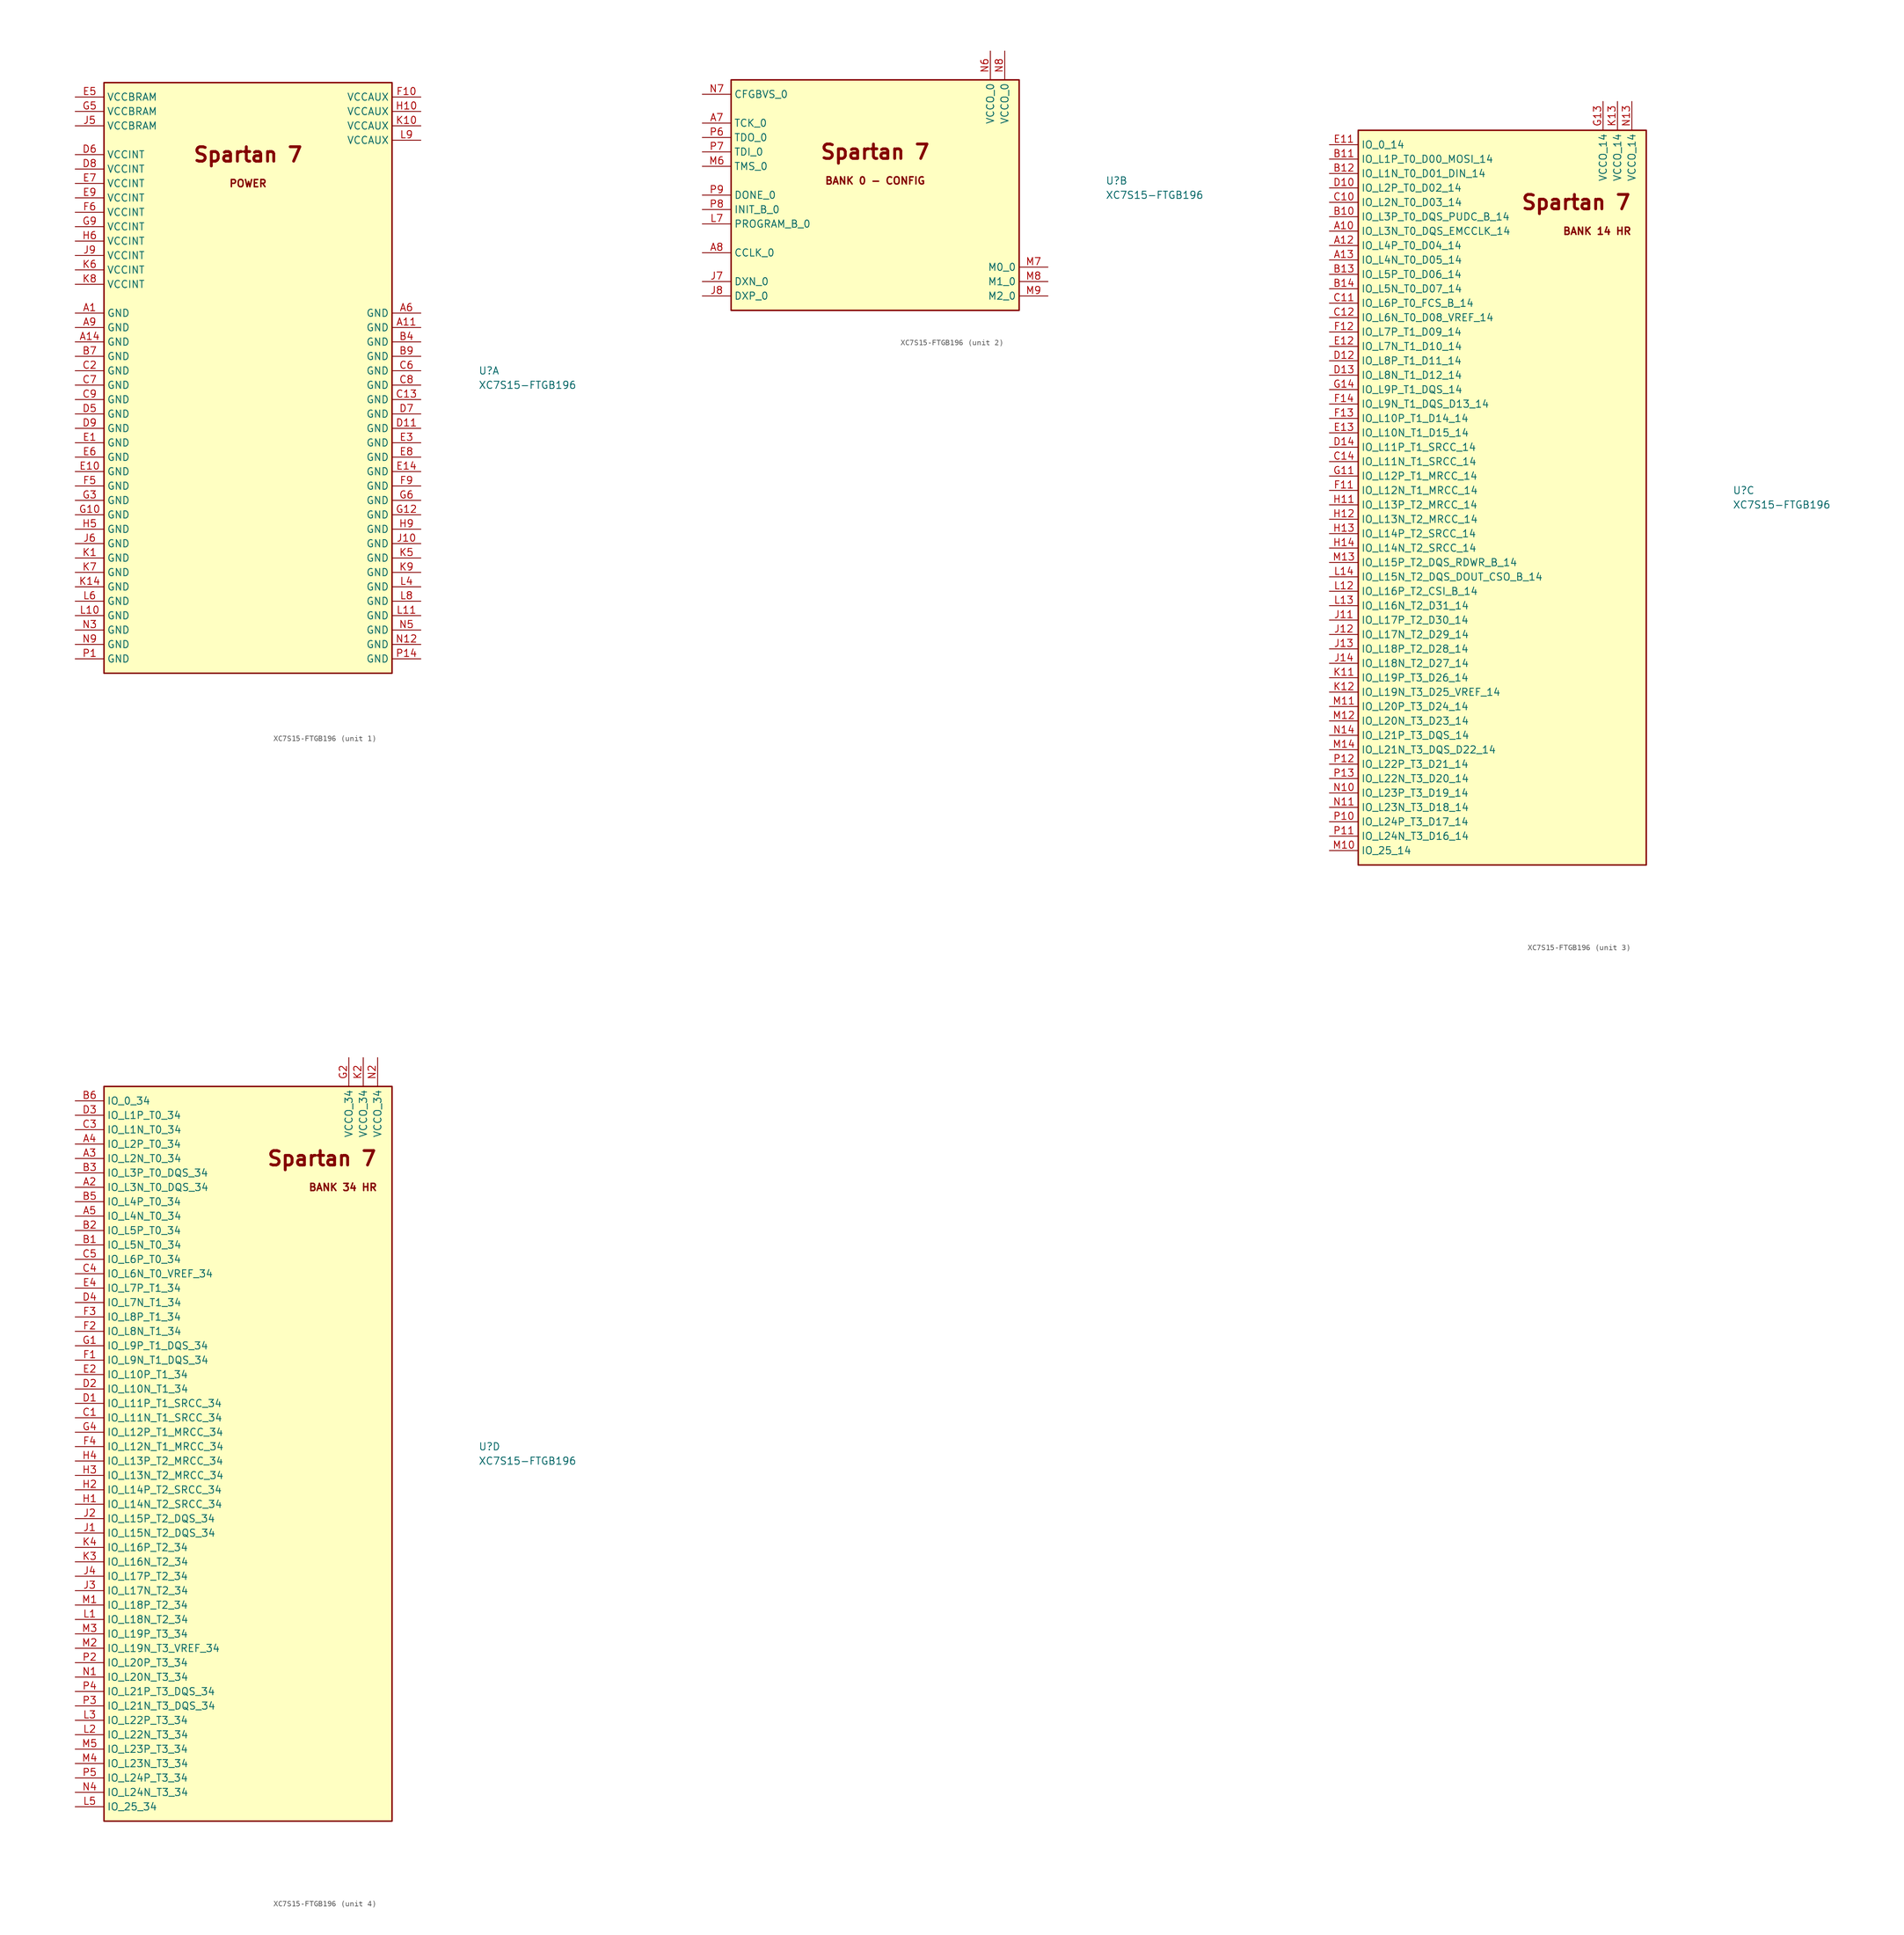
<source format=kicad_sym>
(kicad_symbol_lib
  (version 20201005)
  (generator kicad_symbol_editor)
  (symbol "KLIB_FPGA_Xilinx_Spartan7:XC7S15-FTGB196"
    (property "Reference" "U"
      (at 40.64 2.54 0)
      (effects (font (size 1.27 1.27)) (justify left)))
    (property "Value" "XC7S15-FTGB196"
      (at 40.64 0 0)
      (effects (font (size 1.27 1.27)) (justify left)))
    (property "ki_locked" ""
      (at 0 0 0)
      (effects (font (size 1.27 1.27))))
    (symbol "XC7S15-FTGB196_1_0"
      (text "POWER" (at 0 35.56 0) (effects (font (size 1.27 1.27) bold)))
      (text "Spartan 7" (at 0 40.64 0) (effects (font (size 2.54 2.54) bold)))
      (rectangle (start -25.4 53.34) (end 25.4 -50.8) (stroke (width 0.254)) (fill (type background)))
      (pin power_in line (at -30.48 12.7 0) (length 5.08) (name "GND" (effects (font (size 1.27 1.27)))) (number "A1" (effects (font (size 1.27 1.27)))))
      (pin power_in line (at 30.48 10.16 180) (length 5.08) (name "GND" (effects (font (size 1.27 1.27)))) (number "A11" (effects (font (size 1.27 1.27)))))
      (pin power_in line (at -30.48 7.62 0) (length 5.08) (name "GND" (effects (font (size 1.27 1.27)))) (number "A14" (effects (font (size 1.27 1.27)))))
      (pin power_in line (at 30.48 12.7 180) (length 5.08) (name "GND" (effects (font (size 1.27 1.27)))) (number "A6" (effects (font (size 1.27 1.27)))))
      (pin power_in line (at -30.48 10.16 0) (length 5.08) (name "GND" (effects (font (size 1.27 1.27)))) (number "A9" (effects (font (size 1.27 1.27)))))
      (pin power_in line (at 30.48 7.62 180) (length 5.08) (name "GND" (effects (font (size 1.27 1.27)))) (number "B4" (effects (font (size 1.27 1.27)))))
      (pin power_in line (at -30.48 5.08 0) (length 5.08) (name "GND" (effects (font (size 1.27 1.27)))) (number "B7" (effects (font (size 1.27 1.27)))))
      (pin unconnected line (at -10.16 -43.18 0) (length 5.08) hide (name "NC" (effects (font (size 1.27 1.27)))) (number "B8" (effects (font (size 1.27 1.27)))))
      (pin power_in line (at 30.48 5.08 180) (length 5.08) (name "GND" (effects (font (size 1.27 1.27)))) (number "B9" (effects (font (size 1.27 1.27)))))
      (pin power_in line (at 30.48 -2.54 180) (length 5.08) (name "GND" (effects (font (size 1.27 1.27)))) (number "C13" (effects (font (size 1.27 1.27)))))
      (pin power_in line (at -30.48 2.54 0) (length 5.08) (name "GND" (effects (font (size 1.27 1.27)))) (number "C2" (effects (font (size 1.27 1.27)))))
      (pin power_in line (at 30.48 2.54 180) (length 5.08) (name "GND" (effects (font (size 1.27 1.27)))) (number "C6" (effects (font (size 1.27 1.27)))))
      (pin power_in line (at -30.48 0 0) (length 5.08) (name "GND" (effects (font (size 1.27 1.27)))) (number "C7" (effects (font (size 1.27 1.27)))))
      (pin power_in line (at 30.48 0 180) (length 5.08) (name "GND" (effects (font (size 1.27 1.27)))) (number "C8" (effects (font (size 1.27 1.27)))))
      (pin power_in line (at -30.48 -2.54 0) (length 5.08) (name "GND" (effects (font (size 1.27 1.27)))) (number "C9" (effects (font (size 1.27 1.27)))))
      (pin power_in line (at 30.48 -7.62 180) (length 5.08) (name "GND" (effects (font (size 1.27 1.27)))) (number "D11" (effects (font (size 1.27 1.27)))))
      (pin power_in line (at -30.48 -5.08 0) (length 5.08) (name "GND" (effects (font (size 1.27 1.27)))) (number "D5" (effects (font (size 1.27 1.27)))))
      (pin power_in line (at -30.48 40.64 0) (length 5.08) (name "VCCINT" (effects (font (size 1.27 1.27)))) (number "D6" (effects (font (size 1.27 1.27)))))
      (pin power_in line (at 30.48 -5.08 180) (length 5.08) (name "GND" (effects (font (size 1.27 1.27)))) (number "D7" (effects (font (size 1.27 1.27)))))
      (pin power_in line (at -30.48 38.1 0) (length 5.08) (name "VCCINT" (effects (font (size 1.27 1.27)))) (number "D8" (effects (font (size 1.27 1.27)))))
      (pin power_in line (at -30.48 -7.62 0) (length 5.08) (name "GND" (effects (font (size 1.27 1.27)))) (number "D9" (effects (font (size 1.27 1.27)))))
      (pin power_in line (at -30.48 -10.16 0) (length 5.08) (name "GND" (effects (font (size 1.27 1.27)))) (number "E1" (effects (font (size 1.27 1.27)))))
      (pin power_in line (at -30.48 -15.24 0) (length 5.08) (name "GND" (effects (font (size 1.27 1.27)))) (number "E10" (effects (font (size 1.27 1.27)))))
      (pin power_in line (at 30.48 -15.24 180) (length 5.08) (name "GND" (effects (font (size 1.27 1.27)))) (number "E14" (effects (font (size 1.27 1.27)))))
      (pin power_in line (at 30.48 -10.16 180) (length 5.08) (name "GND" (effects (font (size 1.27 1.27)))) (number "E3" (effects (font (size 1.27 1.27)))))
      (pin power_in line (at -30.48 50.8 0) (length 5.08) (name "VCCBRAM" (effects (font (size 1.27 1.27)))) (number "E5" (effects (font (size 1.27 1.27)))))
      (pin power_in line (at -30.48 -12.7 0) (length 5.08) (name "GND" (effects (font (size 1.27 1.27)))) (number "E6" (effects (font (size 1.27 1.27)))))
      (pin power_in line (at -30.48 35.56 0) (length 5.08) (name "VCCINT" (effects (font (size 1.27 1.27)))) (number "E7" (effects (font (size 1.27 1.27)))))
      (pin power_in line (at 30.48 -12.7 180) (length 5.08) (name "GND" (effects (font (size 1.27 1.27)))) (number "E8" (effects (font (size 1.27 1.27)))))
      (pin power_in line (at -30.48 33.02 0) (length 5.08) (name "VCCINT" (effects (font (size 1.27 1.27)))) (number "E9" (effects (font (size 1.27 1.27)))))
      (pin power_in line (at 30.48 50.8 180) (length 5.08) (name "VCCAUX" (effects (font (size 1.27 1.27)))) (number "F10" (effects (font (size 1.27 1.27)))))
      (pin power_in line (at -30.48 -17.78 0) (length 5.08) (name "GND" (effects (font (size 1.27 1.27)))) (number "F5" (effects (font (size 1.27 1.27)))))
      (pin power_in line (at -30.48 30.48 0) (length 5.08) (name "VCCINT" (effects (font (size 1.27 1.27)))) (number "F6" (effects (font (size 1.27 1.27)))))
      (pin unconnected line (at -10.16 -45.72 0) (length 5.08) hide (name "NC" (effects (font (size 1.27 1.27)))) (number "F7" (effects (font (size 1.27 1.27)))))
      (pin unconnected line (at 10.16 -45.72 180) (length 5.08) hide (name "NC" (effects (font (size 1.27 1.27)))) (number "F8" (effects (font (size 1.27 1.27)))))
      (pin power_in line (at 30.48 -17.78 180) (length 5.08) (name "GND" (effects (font (size 1.27 1.27)))) (number "F9" (effects (font (size 1.27 1.27)))))
      (pin power_in line (at -30.48 -22.86 0) (length 5.08) (name "GND" (effects (font (size 1.27 1.27)))) (number "G10" (effects (font (size 1.27 1.27)))))
      (pin power_in line (at 30.48 -22.86 180) (length 5.08) (name "GND" (effects (font (size 1.27 1.27)))) (number "G12" (effects (font (size 1.27 1.27)))))
      (pin power_in line (at -30.48 -20.32 0) (length 5.08) (name "GND" (effects (font (size 1.27 1.27)))) (number "G3" (effects (font (size 1.27 1.27)))))
      (pin power_in line (at -30.48 48.26 0) (length 5.08) (name "VCCBRAM" (effects (font (size 1.27 1.27)))) (number "G5" (effects (font (size 1.27 1.27)))))
      (pin power_in line (at 30.48 -20.32 180) (length 5.08) (name "GND" (effects (font (size 1.27 1.27)))) (number "G6" (effects (font (size 1.27 1.27)))))
      (pin unconnected line (at 10.16 -43.18 180) (length 5.08) hide (name "NC" (effects (font (size 1.27 1.27)))) (number "G7" (effects (font (size 1.27 1.27)))))
      (pin unconnected line (at -10.16 -40.64 0) (length 5.08) hide (name "NC" (effects (font (size 1.27 1.27)))) (number "G8" (effects (font (size 1.27 1.27)))))
      (pin power_in line (at -30.48 27.94 0) (length 5.08) (name "VCCINT" (effects (font (size 1.27 1.27)))) (number "G9" (effects (font (size 1.27 1.27)))))
      (pin power_in line (at 30.48 48.26 180) (length 5.08) (name "VCCAUX" (effects (font (size 1.27 1.27)))) (number "H10" (effects (font (size 1.27 1.27)))))
      (pin power_in line (at -30.48 -25.4 0) (length 5.08) (name "GND" (effects (font (size 1.27 1.27)))) (number "H5" (effects (font (size 1.27 1.27)))))
      (pin power_in line (at -30.48 25.4 0) (length 5.08) (name "VCCINT" (effects (font (size 1.27 1.27)))) (number "H6" (effects (font (size 1.27 1.27)))))
      (pin unconnected line (at 10.16 -40.64 180) (length 5.08) hide (name "NC" (effects (font (size 1.27 1.27)))) (number "H7" (effects (font (size 1.27 1.27)))))
      (pin unconnected line (at -10.16 -38.1 0) (length 5.08) hide (name "NC" (effects (font (size 1.27 1.27)))) (number "H8" (effects (font (size 1.27 1.27)))))
      (pin power_in line (at 30.48 -25.4 180) (length 5.08) (name "GND" (effects (font (size 1.27 1.27)))) (number "H9" (effects (font (size 1.27 1.27)))))
      (pin power_in line (at 30.48 -27.94 180) (length 5.08) (name "GND" (effects (font (size 1.27 1.27)))) (number "J10" (effects (font (size 1.27 1.27)))))
      (pin power_in line (at -30.48 45.72 0) (length 5.08) (name "VCCBRAM" (effects (font (size 1.27 1.27)))) (number "J5" (effects (font (size 1.27 1.27)))))
      (pin power_in line (at -30.48 -27.94 0) (length 5.08) (name "GND" (effects (font (size 1.27 1.27)))) (number "J6" (effects (font (size 1.27 1.27)))))
      (pin power_in line (at -30.48 22.86 0) (length 5.08) (name "VCCINT" (effects (font (size 1.27 1.27)))) (number "J9" (effects (font (size 1.27 1.27)))))
      (pin power_in line (at -30.48 -30.48 0) (length 5.08) (name "GND" (effects (font (size 1.27 1.27)))) (number "K1" (effects (font (size 1.27 1.27)))))
      (pin power_in line (at 30.48 45.72 180) (length 5.08) (name "VCCAUX" (effects (font (size 1.27 1.27)))) (number "K10" (effects (font (size 1.27 1.27)))))
      (pin power_in line (at -30.48 -35.56 0) (length 5.08) (name "GND" (effects (font (size 1.27 1.27)))) (number "K14" (effects (font (size 1.27 1.27)))))
      (pin power_in line (at 30.48 -30.48 180) (length 5.08) (name "GND" (effects (font (size 1.27 1.27)))) (number "K5" (effects (font (size 1.27 1.27)))))
      (pin power_in line (at -30.48 20.32 0) (length 5.08) (name "VCCINT" (effects (font (size 1.27 1.27)))) (number "K6" (effects (font (size 1.27 1.27)))))
      (pin power_in line (at -30.48 -33.02 0) (length 5.08) (name "GND" (effects (font (size 1.27 1.27)))) (number "K7" (effects (font (size 1.27 1.27)))))
      (pin power_in line (at -30.48 17.78 0) (length 5.08) (name "VCCINT" (effects (font (size 1.27 1.27)))) (number "K8" (effects (font (size 1.27 1.27)))))
      (pin power_in line (at 30.48 -33.02 180) (length 5.08) (name "GND" (effects (font (size 1.27 1.27)))) (number "K9" (effects (font (size 1.27 1.27)))))
      (pin power_in line (at -30.48 -40.64 0) (length 5.08) (name "GND" (effects (font (size 1.27 1.27)))) (number "L10" (effects (font (size 1.27 1.27)))))
      (pin power_in line (at 30.48 -40.64 180) (length 5.08) (name "GND" (effects (font (size 1.27 1.27)))) (number "L11" (effects (font (size 1.27 1.27)))))
      (pin power_in line (at 30.48 -35.56 180) (length 5.08) (name "GND" (effects (font (size 1.27 1.27)))) (number "L4" (effects (font (size 1.27 1.27)))))
      (pin power_in line (at -30.48 -38.1 0) (length 5.08) (name "GND" (effects (font (size 1.27 1.27)))) (number "L6" (effects (font (size 1.27 1.27)))))
      (pin power_in line (at 30.48 -38.1 180) (length 5.08) (name "GND" (effects (font (size 1.27 1.27)))) (number "L8" (effects (font (size 1.27 1.27)))))
      (pin power_in line (at 30.48 43.18 180) (length 5.08) (name "VCCAUX" (effects (font (size 1.27 1.27)))) (number "L9" (effects (font (size 1.27 1.27)))))
      (pin power_in line (at 30.48 -45.72 180) (length 5.08) (name "GND" (effects (font (size 1.27 1.27)))) (number "N12" (effects (font (size 1.27 1.27)))))
      (pin power_in line (at -30.48 -43.18 0) (length 5.08) (name "GND" (effects (font (size 1.27 1.27)))) (number "N3" (effects (font (size 1.27 1.27)))))
      (pin power_in line (at 30.48 -43.18 180) (length 5.08) (name "GND" (effects (font (size 1.27 1.27)))) (number "N5" (effects (font (size 1.27 1.27)))))
      (pin power_in line (at -30.48 -45.72 0) (length 5.08) (name "GND" (effects (font (size 1.27 1.27)))) (number "N9" (effects (font (size 1.27 1.27)))))
      (pin power_in line (at -30.48 -48.26 0) (length 5.08) (name "GND" (effects (font (size 1.27 1.27)))) (number "P1" (effects (font (size 1.27 1.27)))))
      (pin power_in line (at 30.48 -48.26 180) (length 5.08) (name "GND" (effects (font (size 1.27 1.27)))) (number "P14" (effects (font (size 1.27 1.27))))))
    (symbol "XC7S15-FTGB196_2_0"
      (text "BANK 0 - CONFIG" (at 0 2.54 0) (effects (font (size 1.27 1.27) bold)))
      (text "Spartan 7" (at 0 7.62 0) (effects (font (size 2.54 2.54) bold)))
      (rectangle (start -25.4 20.32) (end 25.4 -20.32) (stroke (width 0.254)) (fill (type background)))
      (pin input line (at -30.48 12.7 0) (length 5.08) (name "TCK_0" (effects (font (size 1.27 1.27)))) (number "A7" (effects (font (size 1.27 1.27)))))
      (pin bidirectional line (at -30.48 -10.16 0) (length 5.08) (name "CCLK_0" (effects (font (size 1.27 1.27)))) (number "A8" (effects (font (size 1.27 1.27)))))
      (pin passive line (at -30.48 -15.24 0) (length 5.08) (name "DXN_0" (effects (font (size 1.27 1.27)))) (number "J7" (effects (font (size 1.27 1.27)))))
      (pin passive line (at -30.48 -17.78 0) (length 5.08) (name "DXP_0" (effects (font (size 1.27 1.27)))) (number "J8" (effects (font (size 1.27 1.27)))))
      (pin input line (at -30.48 -5.08 0) (length 5.08) (name "PROGRAM_B_0" (effects (font (size 1.27 1.27)))) (number "L7" (effects (font (size 1.27 1.27)))))
      (pin input line (at -30.48 5.08 0) (length 5.08) (name "TMS_0" (effects (font (size 1.27 1.27)))) (number "M6" (effects (font (size 1.27 1.27)))))
      (pin input line (at 30.48 -12.7 180) (length 5.08) (name "M0_0" (effects (font (size 1.27 1.27)))) (number "M7" (effects (font (size 1.27 1.27)))))
      (pin input line (at 30.48 -15.24 180) (length 5.08) (name "M1_0" (effects (font (size 1.27 1.27)))) (number "M8" (effects (font (size 1.27 1.27)))))
      (pin input line (at 30.48 -17.78 180) (length 5.08) (name "M2_0" (effects (font (size 1.27 1.27)))) (number "M9" (effects (font (size 1.27 1.27)))))
      (pin power_in line (at 20.32 25.4 270) (length 5.08) (name "VCCO_0" (effects (font (size 1.27 1.27)))) (number "N6" (effects (font (size 1.27 1.27)))))
      (pin power_in line (at -30.48 17.78 0) (length 5.08) (name "CFGBVS_0" (effects (font (size 1.27 1.27)))) (number "N7" (effects (font (size 1.27 1.27)))))
      (pin power_in line (at 22.86 25.4 270) (length 5.08) (name "VCCO_0" (effects (font (size 1.27 1.27)))) (number "N8" (effects (font (size 1.27 1.27)))))
      (pin output line (at -30.48 10.16 0) (length 5.08) (name "TDO_0" (effects (font (size 1.27 1.27)))) (number "P6" (effects (font (size 1.27 1.27)))))
      (pin input line (at -30.48 7.62 0) (length 5.08) (name "TDI_0" (effects (font (size 1.27 1.27)))) (number "P7" (effects (font (size 1.27 1.27)))))
      (pin bidirectional line (at -30.48 -2.54 0) (length 5.08) (name "INIT_B_0" (effects (font (size 1.27 1.27)))) (number "P8" (effects (font (size 1.27 1.27)))))
      (pin open_collector line (at -30.48 0 0) (length 5.08) (name "DONE_0" (effects (font (size 1.27 1.27)))) (number "P9" (effects (font (size 1.27 1.27))))))
    (symbol "XC7S15-FTGB196_3_0"
      (text "BANK 14 HR" (at 22.86 48.26 0) (effects (font (size 1.27 1.27) bold) (justify right)))
      (text "Spartan 7" (at 22.86 53.34 0) (effects (font (size 2.54 2.54) bold) (justify right)))
      (rectangle (start -25.4 66.04) (end 25.4 -63.5) (stroke (width 0.254)) (fill (type background)))
      (pin bidirectional line (at -30.48 48.26 0) (length 5.08) (name "IO_L3N_T0_DQS_EMCCLK_14" (effects (font (size 1.27 1.27)))) (number "A10" (effects (font (size 1.27 1.27)))))
      (pin bidirectional line (at -30.48 45.72 0) (length 5.08) (name "IO_L4P_T0_D04_14" (effects (font (size 1.27 1.27)))) (number "A12" (effects (font (size 1.27 1.27)))))
      (pin bidirectional line (at -30.48 43.18 0) (length 5.08) (name "IO_L4N_T0_D05_14" (effects (font (size 1.27 1.27)))) (number "A13" (effects (font (size 1.27 1.27)))))
      (pin bidirectional line (at -30.48 50.8 0) (length 5.08) (name "IO_L3P_T0_DQS_PUDC_B_14" (effects (font (size 1.27 1.27)))) (number "B10" (effects (font (size 1.27 1.27)))))
      (pin bidirectional line (at -30.48 60.96 0) (length 5.08) (name "IO_L1P_T0_D00_MOSI_14" (effects (font (size 1.27 1.27)))) (number "B11" (effects (font (size 1.27 1.27)))))
      (pin bidirectional line (at -30.48 58.42 0) (length 5.08) (name "IO_L1N_T0_D01_DIN_14" (effects (font (size 1.27 1.27)))) (number "B12" (effects (font (size 1.27 1.27)))))
      (pin bidirectional line (at -30.48 40.64 0) (length 5.08) (name "IO_L5P_T0_D06_14" (effects (font (size 1.27 1.27)))) (number "B13" (effects (font (size 1.27 1.27)))))
      (pin bidirectional line (at -30.48 38.1 0) (length 5.08) (name "IO_L5N_T0_D07_14" (effects (font (size 1.27 1.27)))) (number "B14" (effects (font (size 1.27 1.27)))))
      (pin bidirectional line (at -30.48 53.34 0) (length 5.08) (name "IO_L2N_T0_D03_14" (effects (font (size 1.27 1.27)))) (number "C10" (effects (font (size 1.27 1.27)))))
      (pin bidirectional line (at -30.48 35.56 0) (length 5.08) (name "IO_L6P_T0_FCS_B_14" (effects (font (size 1.27 1.27)))) (number "C11" (effects (font (size 1.27 1.27)))))
      (pin bidirectional line (at -30.48 33.02 0) (length 5.08) (name "IO_L6N_T0_D08_VREF_14" (effects (font (size 1.27 1.27)))) (number "C12" (effects (font (size 1.27 1.27)))))
      (pin bidirectional line (at -30.48 7.62 0) (length 5.08) (name "IO_L11N_T1_SRCC_14" (effects (font (size 1.27 1.27)))) (number "C14" (effects (font (size 1.27 1.27)))))
      (pin bidirectional line (at -30.48 55.88 0) (length 5.08) (name "IO_L2P_T0_D02_14" (effects (font (size 1.27 1.27)))) (number "D10" (effects (font (size 1.27 1.27)))))
      (pin bidirectional line (at -30.48 25.4 0) (length 5.08) (name "IO_L8P_T1_D11_14" (effects (font (size 1.27 1.27)))) (number "D12" (effects (font (size 1.27 1.27)))))
      (pin bidirectional line (at -30.48 22.86 0) (length 5.08) (name "IO_L8N_T1_D12_14" (effects (font (size 1.27 1.27)))) (number "D13" (effects (font (size 1.27 1.27)))))
      (pin bidirectional line (at -30.48 10.16 0) (length 5.08) (name "IO_L11P_T1_SRCC_14" (effects (font (size 1.27 1.27)))) (number "D14" (effects (font (size 1.27 1.27)))))
      (pin bidirectional line (at -30.48 63.5 0) (length 5.08) (name "IO_0_14" (effects (font (size 1.27 1.27)))) (number "E11" (effects (font (size 1.27 1.27)))))
      (pin bidirectional line (at -30.48 27.94 0) (length 5.08) (name "IO_L7N_T1_D10_14" (effects (font (size 1.27 1.27)))) (number "E12" (effects (font (size 1.27 1.27)))))
      (pin bidirectional line (at -30.48 12.7 0) (length 5.08) (name "IO_L10N_T1_D15_14" (effects (font (size 1.27 1.27)))) (number "E13" (effects (font (size 1.27 1.27)))))
      (pin bidirectional line (at -30.48 2.54 0) (length 5.08) (name "IO_L12N_T1_MRCC_14" (effects (font (size 1.27 1.27)))) (number "F11" (effects (font (size 1.27 1.27)))))
      (pin bidirectional line (at -30.48 30.48 0) (length 5.08) (name "IO_L7P_T1_D09_14" (effects (font (size 1.27 1.27)))) (number "F12" (effects (font (size 1.27 1.27)))))
      (pin bidirectional line (at -30.48 15.24 0) (length 5.08) (name "IO_L10P_T1_D14_14" (effects (font (size 1.27 1.27)))) (number "F13" (effects (font (size 1.27 1.27)))))
      (pin bidirectional line (at -30.48 17.78 0) (length 5.08) (name "IO_L9N_T1_DQS_D13_14" (effects (font (size 1.27 1.27)))) (number "F14" (effects (font (size 1.27 1.27)))))
      (pin bidirectional line (at -30.48 5.08 0) (length 5.08) (name "IO_L12P_T1_MRCC_14" (effects (font (size 1.27 1.27)))) (number "G11" (effects (font (size 1.27 1.27)))))
      (pin power_in line (at 17.78 71.12 270) (length 5.08) (name "VCCO_14" (effects (font (size 1.27 1.27)))) (number "G13" (effects (font (size 1.27 1.27)))))
      (pin bidirectional line (at -30.48 20.32 0) (length 5.08) (name "IO_L9P_T1_DQS_14" (effects (font (size 1.27 1.27)))) (number "G14" (effects (font (size 1.27 1.27)))))
      (pin bidirectional line (at -30.48 0 0) (length 5.08) (name "IO_L13P_T2_MRCC_14" (effects (font (size 1.27 1.27)))) (number "H11" (effects (font (size 1.27 1.27)))))
      (pin bidirectional line (at -30.48 -2.54 0) (length 5.08) (name "IO_L13N_T2_MRCC_14" (effects (font (size 1.27 1.27)))) (number "H12" (effects (font (size 1.27 1.27)))))
      (pin bidirectional line (at -30.48 -5.08 0) (length 5.08) (name "IO_L14P_T2_SRCC_14" (effects (font (size 1.27 1.27)))) (number "H13" (effects (font (size 1.27 1.27)))))
      (pin bidirectional line (at -30.48 -7.62 0) (length 5.08) (name "IO_L14N_T2_SRCC_14" (effects (font (size 1.27 1.27)))) (number "H14" (effects (font (size 1.27 1.27)))))
      (pin bidirectional line (at -30.48 -20.32 0) (length 5.08) (name "IO_L17P_T2_D30_14" (effects (font (size 1.27 1.27)))) (number "J11" (effects (font (size 1.27 1.27)))))
      (pin bidirectional line (at -30.48 -22.86 0) (length 5.08) (name "IO_L17N_T2_D29_14" (effects (font (size 1.27 1.27)))) (number "J12" (effects (font (size 1.27 1.27)))))
      (pin bidirectional line (at -30.48 -25.4 0) (length 5.08) (name "IO_L18P_T2_D28_14" (effects (font (size 1.27 1.27)))) (number "J13" (effects (font (size 1.27 1.27)))))
      (pin bidirectional line (at -30.48 -27.94 0) (length 5.08) (name "IO_L18N_T2_D27_14" (effects (font (size 1.27 1.27)))) (number "J14" (effects (font (size 1.27 1.27)))))
      (pin bidirectional line (at -30.48 -30.48 0) (length 5.08) (name "IO_L19P_T3_D26_14" (effects (font (size 1.27 1.27)))) (number "K11" (effects (font (size 1.27 1.27)))))
      (pin bidirectional line (at -30.48 -33.02 0) (length 5.08) (name "IO_L19N_T3_D25_VREF_14" (effects (font (size 1.27 1.27)))) (number "K12" (effects (font (size 1.27 1.27)))))
      (pin power_in line (at 20.32 71.12 270) (length 5.08) (name "VCCO_14" (effects (font (size 1.27 1.27)))) (number "K13" (effects (font (size 1.27 1.27)))))
      (pin bidirectional line (at -30.48 -15.24 0) (length 5.08) (name "IO_L16P_T2_CSI_B_14" (effects (font (size 1.27 1.27)))) (number "L12" (effects (font (size 1.27 1.27)))))
      (pin bidirectional line (at -30.48 -17.78 0) (length 5.08) (name "IO_L16N_T2_D31_14" (effects (font (size 1.27 1.27)))) (number "L13" (effects (font (size 1.27 1.27)))))
      (pin bidirectional line (at -30.48 -12.7 0) (length 5.08) (name "IO_L15N_T2_DQS_DOUT_CSO_B_14" (effects (font (size 1.27 1.27)))) (number "L14" (effects (font (size 1.27 1.27)))))
      (pin bidirectional line (at -30.48 -60.96 0) (length 5.08) (name "IO_25_14" (effects (font (size 1.27 1.27)))) (number "M10" (effects (font (size 1.27 1.27)))))
      (pin bidirectional line (at -30.48 -35.56 0) (length 5.08) (name "IO_L20P_T3_D24_14" (effects (font (size 1.27 1.27)))) (number "M11" (effects (font (size 1.27 1.27)))))
      (pin bidirectional line (at -30.48 -38.1 0) (length 5.08) (name "IO_L20N_T3_D23_14" (effects (font (size 1.27 1.27)))) (number "M12" (effects (font (size 1.27 1.27)))))
      (pin bidirectional line (at -30.48 -10.16 0) (length 5.08) (name "IO_L15P_T2_DQS_RDWR_B_14" (effects (font (size 1.27 1.27)))) (number "M13" (effects (font (size 1.27 1.27)))))
      (pin bidirectional line (at -30.48 -43.18 0) (length 5.08) (name "IO_L21N_T3_DQS_D22_14" (effects (font (size 1.27 1.27)))) (number "M14" (effects (font (size 1.27 1.27)))))
      (pin bidirectional line (at -30.48 -50.8 0) (length 5.08) (name "IO_L23P_T3_D19_14" (effects (font (size 1.27 1.27)))) (number "N10" (effects (font (size 1.27 1.27)))))
      (pin bidirectional line (at -30.48 -53.34 0) (length 5.08) (name "IO_L23N_T3_D18_14" (effects (font (size 1.27 1.27)))) (number "N11" (effects (font (size 1.27 1.27)))))
      (pin power_in line (at 22.86 71.12 270) (length 5.08) (name "VCCO_14" (effects (font (size 1.27 1.27)))) (number "N13" (effects (font (size 1.27 1.27)))))
      (pin bidirectional line (at -30.48 -40.64 0) (length 5.08) (name "IO_L21P_T3_DQS_14" (effects (font (size 1.27 1.27)))) (number "N14" (effects (font (size 1.27 1.27)))))
      (pin bidirectional line (at -30.48 -55.88 0) (length 5.08) (name "IO_L24P_T3_D17_14" (effects (font (size 1.27 1.27)))) (number "P10" (effects (font (size 1.27 1.27)))))
      (pin bidirectional line (at -30.48 -58.42 0) (length 5.08) (name "IO_L24N_T3_D16_14" (effects (font (size 1.27 1.27)))) (number "P11" (effects (font (size 1.27 1.27)))))
      (pin bidirectional line (at -30.48 -45.72 0) (length 5.08) (name "IO_L22P_T3_D21_14" (effects (font (size 1.27 1.27)))) (number "P12" (effects (font (size 1.27 1.27)))))
      (pin bidirectional line (at -30.48 -48.26 0) (length 5.08) (name "IO_L22N_T3_D20_14" (effects (font (size 1.27 1.27)))) (number "P13" (effects (font (size 1.27 1.27))))))
    (symbol "XC7S15-FTGB196_4_0"
      (text "BANK 34 HR" (at 22.86 48.26 0) (effects (font (size 1.27 1.27) bold) (justify right)))
      (text "Spartan 7" (at 22.86 53.34 0) (effects (font (size 2.54 2.54) bold) (justify right)))
      (rectangle (start -25.4 66.04) (end 25.4 -63.5) (stroke (width 0.254)) (fill (type background)))
      (pin bidirectional line (at -30.48 48.26 0) (length 5.08) (name "IO_L3N_T0_DQS_34" (effects (font (size 1.27 1.27)))) (number "A2" (effects (font (size 1.27 1.27)))))
      (pin bidirectional line (at -30.48 53.34 0) (length 5.08) (name "IO_L2N_T0_34" (effects (font (size 1.27 1.27)))) (number "A3" (effects (font (size 1.27 1.27)))))
      (pin bidirectional line (at -30.48 55.88 0) (length 5.08) (name "IO_L2P_T0_34" (effects (font (size 1.27 1.27)))) (number "A4" (effects (font (size 1.27 1.27)))))
      (pin bidirectional line (at -30.48 43.18 0) (length 5.08) (name "IO_L4N_T0_34" (effects (font (size 1.27 1.27)))) (number "A5" (effects (font (size 1.27 1.27)))))
      (pin bidirectional line (at -30.48 38.1 0) (length 5.08) (name "IO_L5N_T0_34" (effects (font (size 1.27 1.27)))) (number "B1" (effects (font (size 1.27 1.27)))))
      (pin bidirectional line (at -30.48 40.64 0) (length 5.08) (name "IO_L5P_T0_34" (effects (font (size 1.27 1.27)))) (number "B2" (effects (font (size 1.27 1.27)))))
      (pin bidirectional line (at -30.48 50.8 0) (length 5.08) (name "IO_L3P_T0_DQS_34" (effects (font (size 1.27 1.27)))) (number "B3" (effects (font (size 1.27 1.27)))))
      (pin bidirectional line (at -30.48 45.72 0) (length 5.08) (name "IO_L4P_T0_34" (effects (font (size 1.27 1.27)))) (number "B5" (effects (font (size 1.27 1.27)))))
      (pin bidirectional line (at -30.48 63.5 0) (length 5.08) (name "IO_0_34" (effects (font (size 1.27 1.27)))) (number "B6" (effects (font (size 1.27 1.27)))))
      (pin bidirectional line (at -30.48 7.62 0) (length 5.08) (name "IO_L11N_T1_SRCC_34" (effects (font (size 1.27 1.27)))) (number "C1" (effects (font (size 1.27 1.27)))))
      (pin bidirectional line (at -30.48 58.42 0) (length 5.08) (name "IO_L1N_T0_34" (effects (font (size 1.27 1.27)))) (number "C3" (effects (font (size 1.27 1.27)))))
      (pin bidirectional line (at -30.48 33.02 0) (length 5.08) (name "IO_L6N_T0_VREF_34" (effects (font (size 1.27 1.27)))) (number "C4" (effects (font (size 1.27 1.27)))))
      (pin bidirectional line (at -30.48 35.56 0) (length 5.08) (name "IO_L6P_T0_34" (effects (font (size 1.27 1.27)))) (number "C5" (effects (font (size 1.27 1.27)))))
      (pin bidirectional line (at -30.48 10.16 0) (length 5.08) (name "IO_L11P_T1_SRCC_34" (effects (font (size 1.27 1.27)))) (number "D1" (effects (font (size 1.27 1.27)))))
      (pin bidirectional line (at -30.48 12.7 0) (length 5.08) (name "IO_L10N_T1_34" (effects (font (size 1.27 1.27)))) (number "D2" (effects (font (size 1.27 1.27)))))
      (pin bidirectional line (at -30.48 60.96 0) (length 5.08) (name "IO_L1P_T0_34" (effects (font (size 1.27 1.27)))) (number "D3" (effects (font (size 1.27 1.27)))))
      (pin bidirectional line (at -30.48 27.94 0) (length 5.08) (name "IO_L7N_T1_34" (effects (font (size 1.27 1.27)))) (number "D4" (effects (font (size 1.27 1.27)))))
      (pin bidirectional line (at -30.48 15.24 0) (length 5.08) (name "IO_L10P_T1_34" (effects (font (size 1.27 1.27)))) (number "E2" (effects (font (size 1.27 1.27)))))
      (pin bidirectional line (at -30.48 30.48 0) (length 5.08) (name "IO_L7P_T1_34" (effects (font (size 1.27 1.27)))) (number "E4" (effects (font (size 1.27 1.27)))))
      (pin bidirectional line (at -30.48 17.78 0) (length 5.08) (name "IO_L9N_T1_DQS_34" (effects (font (size 1.27 1.27)))) (number "F1" (effects (font (size 1.27 1.27)))))
      (pin bidirectional line (at -30.48 22.86 0) (length 5.08) (name "IO_L8N_T1_34" (effects (font (size 1.27 1.27)))) (number "F2" (effects (font (size 1.27 1.27)))))
      (pin bidirectional line (at -30.48 25.4 0) (length 5.08) (name "IO_L8P_T1_34" (effects (font (size 1.27 1.27)))) (number "F3" (effects (font (size 1.27 1.27)))))
      (pin bidirectional line (at -30.48 2.54 0) (length 5.08) (name "IO_L12N_T1_MRCC_34" (effects (font (size 1.27 1.27)))) (number "F4" (effects (font (size 1.27 1.27)))))
      (pin bidirectional line (at -30.48 20.32 0) (length 5.08) (name "IO_L9P_T1_DQS_34" (effects (font (size 1.27 1.27)))) (number "G1" (effects (font (size 1.27 1.27)))))
      (pin power_in line (at 17.78 71.12 270) (length 5.08) (name "VCCO_34" (effects (font (size 1.27 1.27)))) (number "G2" (effects (font (size 1.27 1.27)))))
      (pin bidirectional line (at -30.48 5.08 0) (length 5.08) (name "IO_L12P_T1_MRCC_34" (effects (font (size 1.27 1.27)))) (number "G4" (effects (font (size 1.27 1.27)))))
      (pin bidirectional line (at -30.48 -7.62 0) (length 5.08) (name "IO_L14N_T2_SRCC_34" (effects (font (size 1.27 1.27)))) (number "H1" (effects (font (size 1.27 1.27)))))
      (pin bidirectional line (at -30.48 -5.08 0) (length 5.08) (name "IO_L14P_T2_SRCC_34" (effects (font (size 1.27 1.27)))) (number "H2" (effects (font (size 1.27 1.27)))))
      (pin bidirectional line (at -30.48 -2.54 0) (length 5.08) (name "IO_L13N_T2_MRCC_34" (effects (font (size 1.27 1.27)))) (number "H3" (effects (font (size 1.27 1.27)))))
      (pin bidirectional line (at -30.48 0 0) (length 5.08) (name "IO_L13P_T2_MRCC_34" (effects (font (size 1.27 1.27)))) (number "H4" (effects (font (size 1.27 1.27)))))
      (pin bidirectional line (at -30.48 -12.7 0) (length 5.08) (name "IO_L15N_T2_DQS_34" (effects (font (size 1.27 1.27)))) (number "J1" (effects (font (size 1.27 1.27)))))
      (pin bidirectional line (at -30.48 -10.16 0) (length 5.08) (name "IO_L15P_T2_DQS_34" (effects (font (size 1.27 1.27)))) (number "J2" (effects (font (size 1.27 1.27)))))
      (pin bidirectional line (at -30.48 -22.86 0) (length 5.08) (name "IO_L17N_T2_34" (effects (font (size 1.27 1.27)))) (number "J3" (effects (font (size 1.27 1.27)))))
      (pin bidirectional line (at -30.48 -20.32 0) (length 5.08) (name "IO_L17P_T2_34" (effects (font (size 1.27 1.27)))) (number "J4" (effects (font (size 1.27 1.27)))))
      (pin power_in line (at 20.32 71.12 270) (length 5.08) (name "VCCO_34" (effects (font (size 1.27 1.27)))) (number "K2" (effects (font (size 1.27 1.27)))))
      (pin bidirectional line (at -30.48 -17.78 0) (length 5.08) (name "IO_L16N_T2_34" (effects (font (size 1.27 1.27)))) (number "K3" (effects (font (size 1.27 1.27)))))
      (pin bidirectional line (at -30.48 -15.24 0) (length 5.08) (name "IO_L16P_T2_34" (effects (font (size 1.27 1.27)))) (number "K4" (effects (font (size 1.27 1.27)))))
      (pin bidirectional line (at -30.48 -27.94 0) (length 5.08) (name "IO_L18N_T2_34" (effects (font (size 1.27 1.27)))) (number "L1" (effects (font (size 1.27 1.27)))))
      (pin bidirectional line (at -30.48 -48.26 0) (length 5.08) (name "IO_L22N_T3_34" (effects (font (size 1.27 1.27)))) (number "L2" (effects (font (size 1.27 1.27)))))
      (pin bidirectional line (at -30.48 -45.72 0) (length 5.08) (name "IO_L22P_T3_34" (effects (font (size 1.27 1.27)))) (number "L3" (effects (font (size 1.27 1.27)))))
      (pin bidirectional line (at -30.48 -60.96 0) (length 5.08) (name "IO_25_34" (effects (font (size 1.27 1.27)))) (number "L5" (effects (font (size 1.27 1.27)))))
      (pin bidirectional line (at -30.48 -25.4 0) (length 5.08) (name "IO_L18P_T2_34" (effects (font (size 1.27 1.27)))) (number "M1" (effects (font (size 1.27 1.27)))))
      (pin bidirectional line (at -30.48 -33.02 0) (length 5.08) (name "IO_L19N_T3_VREF_34" (effects (font (size 1.27 1.27)))) (number "M2" (effects (font (size 1.27 1.27)))))
      (pin bidirectional line (at -30.48 -30.48 0) (length 5.08) (name "IO_L19P_T3_34" (effects (font (size 1.27 1.27)))) (number "M3" (effects (font (size 1.27 1.27)))))
      (pin bidirectional line (at -30.48 -53.34 0) (length 5.08) (name "IO_L23N_T3_34" (effects (font (size 1.27 1.27)))) (number "M4" (effects (font (size 1.27 1.27)))))
      (pin bidirectional line (at -30.48 -50.8 0) (length 5.08) (name "IO_L23P_T3_34" (effects (font (size 1.27 1.27)))) (number "M5" (effects (font (size 1.27 1.27)))))
      (pin bidirectional line (at -30.48 -38.1 0) (length 5.08) (name "IO_L20N_T3_34" (effects (font (size 1.27 1.27)))) (number "N1" (effects (font (size 1.27 1.27)))))
      (pin power_in line (at 22.86 71.12 270) (length 5.08) (name "VCCO_34" (effects (font (size 1.27 1.27)))) (number "N2" (effects (font (size 1.27 1.27)))))
      (pin bidirectional line (at -30.48 -58.42 0) (length 5.08) (name "IO_L24N_T3_34" (effects (font (size 1.27 1.27)))) (number "N4" (effects (font (size 1.27 1.27)))))
      (pin bidirectional line (at -30.48 -35.56 0) (length 5.08) (name "IO_L20P_T3_34" (effects (font (size 1.27 1.27)))) (number "P2" (effects (font (size 1.27 1.27)))))
      (pin bidirectional line (at -30.48 -43.18 0) (length 5.08) (name "IO_L21N_T3_DQS_34" (effects (font (size 1.27 1.27)))) (number "P3" (effects (font (size 1.27 1.27)))))
      (pin bidirectional line (at -30.48 -40.64 0) (length 5.08) (name "IO_L21P_T3_DQS_34" (effects (font (size 1.27 1.27)))) (number "P4" (effects (font (size 1.27 1.27)))))
      (pin bidirectional line (at -30.48 -55.88 0) (length 5.08) (name "IO_L24P_T3_34" (effects (font (size 1.27 1.27)))) (number "P5" (effects (font (size 1.27 1.27))))))))
</source>
